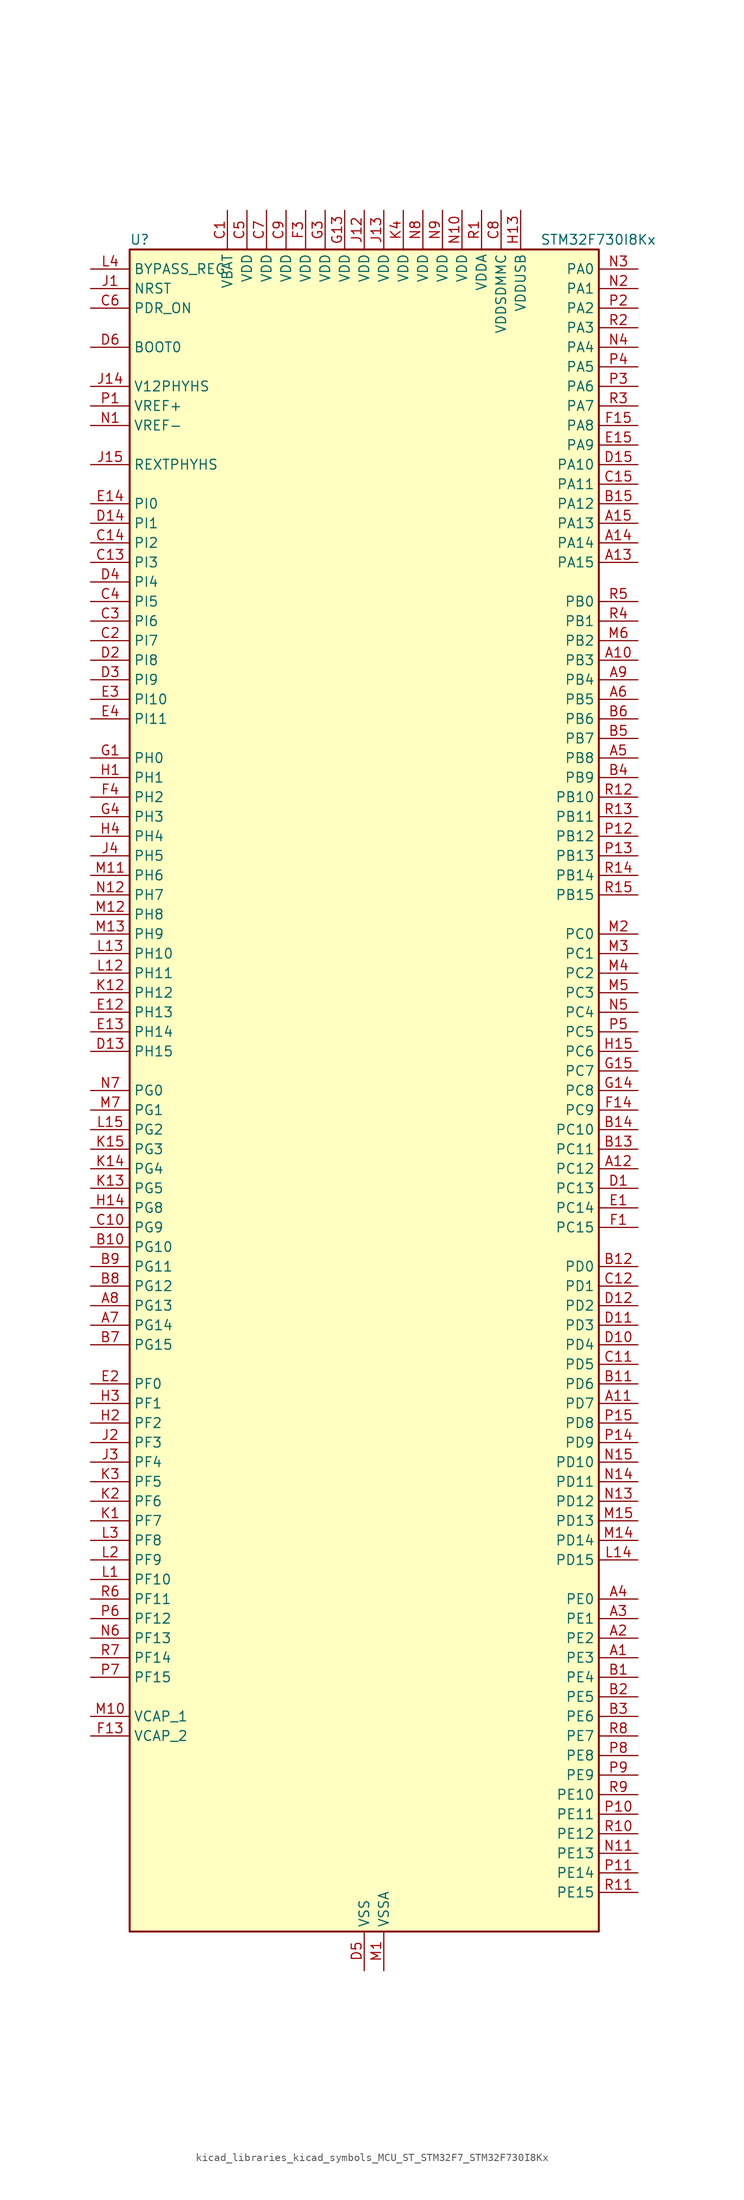
<source format=kicad_sym>
(kicad_symbol_lib
  (version 20220914)
  (generator kicad_symbol_editor)
  (symbol "kicad_libraries_kicad_symbols_MCU_ST_STM32F7_STM32F730I8Kx"
    (property "Reference" "U"
      (at -30.48 110.49 0)
      (effects (font (size 1.27 1.27)) (justify left)))
    (property "Value" "STM32F730I8Kx"
      (at 22.86 110.49 0)
      (effects (font (size 1.27 1.27)) (justify left)))
    (property "ki_locked" ""
      (at 0 0 0)
      (effects (font (size 1.27 1.27))))
    (symbol "kicad_libraries_kicad_symbols_MCU_ST_STM32F7_STM32F730I8Kx_0_1"
      (rectangle (start -30.48 -109.22) (end 30.48 109.22) (stroke (width 0.254) (type default)) (fill (type background))))
    (symbol "kicad_libraries_kicad_symbols_MCU_ST_STM32F7_STM32F730I8Kx_1_1"
      (pin bidirectional line (at 35.56 -73.66 180) (length 5.08) (name "PE3" (effects (font (size 1.27 1.27)))) (number "A1" (effects (font (size 1.27 1.27)))) (alternate "FMC_A19" bidirectional line) (alternate "SAI1_SD_B" bidirectional line) (alternate "SYS_TRACED0" bidirectional line))
      (pin bidirectional line (at 35.56 55.88 180) (length 5.08) (name "PB3" (effects (font (size 1.27 1.27)))) (number "A10" (effects (font (size 1.27 1.27)))) (alternate "I2S1_CK" bidirectional line) (alternate "I2S3_CK" bidirectional line) (alternate "SDMMC2_D2" bidirectional line) (alternate "SPI1_SCK" bidirectional line) (alternate "SPI3_SCK" bidirectional line) (alternate "SYS_JTDO-SWO" bidirectional line) (alternate "TIM2_CH2" bidirectional line))
      (pin bidirectional line (at 35.56 -40.64 180) (length 5.08) (name "PD7" (effects (font (size 1.27 1.27)))) (number "A11" (effects (font (size 1.27 1.27)))) (alternate "FMC_NE1" bidirectional line) (alternate "SDMMC2_CMD" bidirectional line) (alternate "USART2_CK" bidirectional line))
      (pin bidirectional line (at 35.56 -10.16 180) (length 5.08) (name "PC12" (effects (font (size 1.27 1.27)))) (number "A12" (effects (font (size 1.27 1.27)))) (alternate "I2S3_SD" bidirectional line) (alternate "SDMMC1_CK" bidirectional line) (alternate "SPI3_MOSI" bidirectional line) (alternate "SYS_TRACED3" bidirectional line) (alternate "UART5_TX" bidirectional line) (alternate "USART3_CK" bidirectional line))
      (pin bidirectional line (at 35.56 68.58 180) (length 5.08) (name "PA15" (effects (font (size 1.27 1.27)))) (number "A13" (effects (font (size 1.27 1.27)))) (alternate "I2S1_WS" bidirectional line) (alternate "I2S3_WS" bidirectional line) (alternate "SPI1_NSS" bidirectional line) (alternate "SPI3_NSS" bidirectional line) (alternate "SYS_JTDI" bidirectional line) (alternate "TIM2_CH1" bidirectional line) (alternate "TIM2_ETR" bidirectional line) (alternate "UART4_DE" bidirectional line) (alternate "UART4_RTS" bidirectional line))
      (pin bidirectional line (at 35.56 71.12 180) (length 5.08) (name "PA14" (effects (font (size 1.27 1.27)))) (number "A14" (effects (font (size 1.27 1.27)))) (alternate "SYS_JTCK-SWCLK" bidirectional line))
      (pin bidirectional line (at 35.56 73.66 180) (length 5.08) (name "PA13" (effects (font (size 1.27 1.27)))) (number "A15" (effects (font (size 1.27 1.27)))) (alternate "SYS_JTMS-SWDIO" bidirectional line))
      (pin bidirectional line (at 35.56 -71.12 180) (length 5.08) (name "PE2" (effects (font (size 1.27 1.27)))) (number "A2" (effects (font (size 1.27 1.27)))) (alternate "FMC_A23" bidirectional line) (alternate "QUADSPI_BK1_IO2" bidirectional line) (alternate "SAI1_MCLK_A" bidirectional line) (alternate "SPI4_SCK" bidirectional line) (alternate "SYS_TRACECLK" bidirectional line))
      (pin bidirectional line (at 35.56 -68.58 180) (length 5.08) (name "PE1" (effects (font (size 1.27 1.27)))) (number "A3" (effects (font (size 1.27 1.27)))) (alternate "FMC_NBL1" bidirectional line) (alternate "LPTIM1_IN2" bidirectional line) (alternate "UART8_TX" bidirectional line))
      (pin bidirectional line (at 35.56 -66.04 180) (length 5.08) (name "PE0" (effects (font (size 1.27 1.27)))) (number "A4" (effects (font (size 1.27 1.27)))) (alternate "FMC_NBL0" bidirectional line) (alternate "LPTIM1_ETR" bidirectional line) (alternate "SAI2_MCLK_A" bidirectional line) (alternate "TIM4_ETR" bidirectional line) (alternate "UART8_RX" bidirectional line))
      (pin bidirectional line (at 35.56 43.18 180) (length 5.08) (name "PB8" (effects (font (size 1.27 1.27)))) (number "A5" (effects (font (size 1.27 1.27)))) (alternate "CAN1_RX" bidirectional line) (alternate "I2C1_SCL" bidirectional line) (alternate "SDMMC1_D4" bidirectional line) (alternate "SDMMC2_D4" bidirectional line) (alternate "TIM10_CH1" bidirectional line) (alternate "TIM4_CH3" bidirectional line))
      (pin bidirectional line (at 35.56 50.8 180) (length 5.08) (name "PB5" (effects (font (size 1.27 1.27)))) (number "A6" (effects (font (size 1.27 1.27)))) (alternate "FMC_SDCKE1" bidirectional line) (alternate "I2C1_SMBA" bidirectional line) (alternate "I2S1_SD" bidirectional line) (alternate "I2S3_SD" bidirectional line) (alternate "SPI1_MOSI" bidirectional line) (alternate "SPI3_MOSI" bidirectional line) (alternate "TIM3_CH2" bidirectional line))
      (pin bidirectional line (at -35.56 -30.48 0) (length 5.08) (name "PG14" (effects (font (size 1.27 1.27)))) (number "A7" (effects (font (size 1.27 1.27)))) (alternate "FMC_A25" bidirectional line) (alternate "LPTIM1_ETR" bidirectional line) (alternate "QUADSPI_BK2_IO3" bidirectional line) (alternate "SYS_TRACED1" bidirectional line) (alternate "USART6_TX" bidirectional line))
      (pin bidirectional line (at -35.56 -27.94 0) (length 5.08) (name "PG13" (effects (font (size 1.27 1.27)))) (number "A8" (effects (font (size 1.27 1.27)))) (alternate "FMC_A24" bidirectional line) (alternate "LPTIM1_OUT" bidirectional line) (alternate "SYS_TRACED0" bidirectional line) (alternate "USART6_CTS" bidirectional line))
      (pin bidirectional line (at 35.56 53.34 180) (length 5.08) (name "PB4" (effects (font (size 1.27 1.27)))) (number "A9" (effects (font (size 1.27 1.27)))) (alternate "I2S2_WS" bidirectional line) (alternate "SDMMC2_D3" bidirectional line) (alternate "SPI1_MISO" bidirectional line) (alternate "SPI2_NSS" bidirectional line) (alternate "SPI3_MISO" bidirectional line) (alternate "SYS_JTRST" bidirectional line) (alternate "TIM3_CH1" bidirectional line))
      (pin bidirectional line (at 35.56 -76.2 180) (length 5.08) (name "PE4" (effects (font (size 1.27 1.27)))) (number "B1" (effects (font (size 1.27 1.27)))) (alternate "FMC_A20" bidirectional line) (alternate "SAI1_FS_A" bidirectional line) (alternate "SPI4_NSS" bidirectional line) (alternate "SYS_TRACED1" bidirectional line))
      (pin bidirectional line (at -35.56 -20.32 0) (length 5.08) (name "PG10" (effects (font (size 1.27 1.27)))) (number "B10" (effects (font (size 1.27 1.27)))) (alternate "FMC_NE3" bidirectional line) (alternate "SAI2_SD_B" bidirectional line) (alternate "SDMMC2_D1" bidirectional line))
      (pin bidirectional line (at 35.56 -38.1 180) (length 5.08) (name "PD6" (effects (font (size 1.27 1.27)))) (number "B11" (effects (font (size 1.27 1.27)))) (alternate "FMC_NWAIT" bidirectional line) (alternate "I2S3_SD" bidirectional line) (alternate "SAI1_SD_A" bidirectional line) (alternate "SDMMC2_CK" bidirectional line) (alternate "SPI3_MOSI" bidirectional line) (alternate "USART2_RX" bidirectional line))
      (pin bidirectional line (at 35.56 -22.86 180) (length 5.08) (name "PD0" (effects (font (size 1.27 1.27)))) (number "B12" (effects (font (size 1.27 1.27)))) (alternate "CAN1_RX" bidirectional line) (alternate "FMC_D2" bidirectional line) (alternate "FMC_DA2" bidirectional line))
      (pin bidirectional line (at 35.56 -7.62 180) (length 5.08) (name "PC11" (effects (font (size 1.27 1.27)))) (number "B13" (effects (font (size 1.27 1.27)))) (alternate "ADC1_EXTI11" bidirectional line) (alternate "ADC2_EXTI11" bidirectional line) (alternate "ADC3_EXTI11" bidirectional line) (alternate "QUADSPI_BK2_NCS" bidirectional line) (alternate "SDMMC1_D3" bidirectional line) (alternate "SPI3_MISO" bidirectional line) (alternate "UART4_RX" bidirectional line) (alternate "USART3_RX" bidirectional line))
      (pin bidirectional line (at 35.56 -5.08 180) (length 5.08) (name "PC10" (effects (font (size 1.27 1.27)))) (number "B14" (effects (font (size 1.27 1.27)))) (alternate "I2S3_CK" bidirectional line) (alternate "QUADSPI_BK1_IO1" bidirectional line) (alternate "SDMMC1_D2" bidirectional line) (alternate "SPI3_SCK" bidirectional line) (alternate "UART4_TX" bidirectional line) (alternate "USART3_TX" bidirectional line))
      (pin bidirectional line (at 35.56 76.2 180) (length 5.08) (name "PA12" (effects (font (size 1.27 1.27)))) (number "B15" (effects (font (size 1.27 1.27)))) (alternate "CAN1_TX" bidirectional line) (alternate "SAI2_FS_B" bidirectional line) (alternate "TIM1_ETR" bidirectional line) (alternate "USART1_DE" bidirectional line) (alternate "USART1_RTS" bidirectional line) (alternate "USB_OTG_FS_DP" bidirectional line))
      (pin bidirectional line (at 35.56 -78.74 180) (length 5.08) (name "PE5" (effects (font (size 1.27 1.27)))) (number "B2" (effects (font (size 1.27 1.27)))) (alternate "FMC_A21" bidirectional line) (alternate "SAI1_SCK_A" bidirectional line) (alternate "SPI4_MISO" bidirectional line) (alternate "SYS_TRACED2" bidirectional line) (alternate "TIM9_CH1" bidirectional line))
      (pin bidirectional line (at 35.56 -81.28 180) (length 5.08) (name "PE6" (effects (font (size 1.27 1.27)))) (number "B3" (effects (font (size 1.27 1.27)))) (alternate "FMC_A22" bidirectional line) (alternate "SAI1_SD_A" bidirectional line) (alternate "SAI2_MCLK_B" bidirectional line) (alternate "SPI4_MOSI" bidirectional line) (alternate "SYS_TRACED3" bidirectional line) (alternate "TIM1_BKIN2" bidirectional line) (alternate "TIM9_CH2" bidirectional line))
      (pin bidirectional line (at 35.56 40.64 180) (length 5.08) (name "PB9" (effects (font (size 1.27 1.27)))) (number "B4" (effects (font (size 1.27 1.27)))) (alternate "CAN1_TX" bidirectional line) (alternate "DAC_EXTI9" bidirectional line) (alternate "I2C1_SDA" bidirectional line) (alternate "I2S2_WS" bidirectional line) (alternate "SDMMC1_D5" bidirectional line) (alternate "SDMMC2_D5" bidirectional line) (alternate "SPI2_NSS" bidirectional line) (alternate "TIM11_CH1" bidirectional line) (alternate "TIM4_CH4" bidirectional line))
      (pin bidirectional line (at 35.56 45.72 180) (length 5.08) (name "PB7" (effects (font (size 1.27 1.27)))) (number "B5" (effects (font (size 1.27 1.27)))) (alternate "FMC_NL" bidirectional line) (alternate "I2C1_SDA" bidirectional line) (alternate "TIM4_CH2" bidirectional line) (alternate "USART1_RX" bidirectional line))
      (pin bidirectional line (at 35.56 48.26 180) (length 5.08) (name "PB6" (effects (font (size 1.27 1.27)))) (number "B6" (effects (font (size 1.27 1.27)))) (alternate "FMC_SDNE1" bidirectional line) (alternate "I2C1_SCL" bidirectional line) (alternate "QUADSPI_BK1_NCS" bidirectional line) (alternate "TIM4_CH1" bidirectional line) (alternate "USART1_TX" bidirectional line))
      (pin bidirectional line (at -35.56 -33.02 0) (length 5.08) (name "PG15" (effects (font (size 1.27 1.27)))) (number "B7" (effects (font (size 1.27 1.27)))) (alternate "FMC_SDNCAS" bidirectional line) (alternate "USART6_CTS" bidirectional line))
      (pin bidirectional line (at -35.56 -25.4 0) (length 5.08) (name "PG12" (effects (font (size 1.27 1.27)))) (number "B8" (effects (font (size 1.27 1.27)))) (alternate "FMC_NE4" bidirectional line) (alternate "LPTIM1_IN1" bidirectional line) (alternate "SDMMC2_D3" bidirectional line) (alternate "USART6_DE" bidirectional line) (alternate "USART6_RTS" bidirectional line))
      (pin bidirectional line (at -35.56 -22.86 0) (length 5.08) (name "PG11" (effects (font (size 1.27 1.27)))) (number "B9" (effects (font (size 1.27 1.27)))) (alternate "ADC1_EXTI11" bidirectional line) (alternate "ADC2_EXTI11" bidirectional line) (alternate "ADC3_EXTI11" bidirectional line) (alternate "FMC_INT" bidirectional line) (alternate "SDMMC2_D2" bidirectional line))
      (pin power_in line (at -17.78 114.3 270) (length 5.08) (name "VBAT" (effects (font (size 1.27 1.27)))) (number "C1" (effects (font (size 1.27 1.27)))))
      (pin bidirectional line (at -35.56 -17.78 0) (length 5.08) (name "PG9" (effects (font (size 1.27 1.27)))) (number "C10" (effects (font (size 1.27 1.27)))) (alternate "DAC_EXTI9" bidirectional line) (alternate "FMC_NCE" bidirectional line) (alternate "FMC_NE2" bidirectional line) (alternate "QUADSPI_BK2_IO2" bidirectional line) (alternate "SAI2_FS_B" bidirectional line) (alternate "SDMMC2_D0" bidirectional line) (alternate "USART6_RX" bidirectional line))
      (pin bidirectional line (at 35.56 -35.56 180) (length 5.08) (name "PD5" (effects (font (size 1.27 1.27)))) (number "C11" (effects (font (size 1.27 1.27)))) (alternate "FMC_NWE" bidirectional line) (alternate "USART2_TX" bidirectional line))
      (pin bidirectional line (at 35.56 -25.4 180) (length 5.08) (name "PD1" (effects (font (size 1.27 1.27)))) (number "C12" (effects (font (size 1.27 1.27)))) (alternate "CAN1_TX" bidirectional line) (alternate "FMC_D3" bidirectional line) (alternate "FMC_DA3" bidirectional line))
      (pin bidirectional line (at -35.56 68.58 0) (length 5.08) (name "PI3" (effects (font (size 1.27 1.27)))) (number "C13" (effects (font (size 1.27 1.27)))) (alternate "FMC_D27" bidirectional line) (alternate "I2S2_SD" bidirectional line) (alternate "SPI2_MOSI" bidirectional line) (alternate "TIM8_ETR" bidirectional line))
      (pin bidirectional line (at -35.56 71.12 0) (length 5.08) (name "PI2" (effects (font (size 1.27 1.27)))) (number "C14" (effects (font (size 1.27 1.27)))) (alternate "FMC_D26" bidirectional line) (alternate "SPI2_MISO" bidirectional line) (alternate "TIM8_CH4" bidirectional line))
      (pin bidirectional line (at 35.56 78.74 180) (length 5.08) (name "PA11" (effects (font (size 1.27 1.27)))) (number "C15" (effects (font (size 1.27 1.27)))) (alternate "ADC1_EXTI11" bidirectional line) (alternate "ADC2_EXTI11" bidirectional line) (alternate "ADC3_EXTI11" bidirectional line) (alternate "CAN1_RX" bidirectional line) (alternate "TIM1_CH4" bidirectional line) (alternate "USART1_CTS" bidirectional line) (alternate "USB_OTG_FS_DM" bidirectional line))
      (pin bidirectional line (at -35.56 58.42 0) (length 5.08) (name "PI7" (effects (font (size 1.27 1.27)))) (number "C2" (effects (font (size 1.27 1.27)))) (alternate "FMC_D29" bidirectional line) (alternate "SAI2_FS_A" bidirectional line) (alternate "TIM8_CH3" bidirectional line))
      (pin bidirectional line (at -35.56 60.96 0) (length 5.08) (name "PI6" (effects (font (size 1.27 1.27)))) (number "C3" (effects (font (size 1.27 1.27)))) (alternate "FMC_D28" bidirectional line) (alternate "SAI2_SD_A" bidirectional line) (alternate "TIM8_CH2" bidirectional line))
      (pin bidirectional line (at -35.56 63.5 0) (length 5.08) (name "PI5" (effects (font (size 1.27 1.27)))) (number "C4" (effects (font (size 1.27 1.27)))) (alternate "FMC_NBL3" bidirectional line) (alternate "SAI2_SCK_A" bidirectional line) (alternate "TIM8_CH1" bidirectional line))
      (pin power_in line (at -15.24 114.3 270) (length 5.08) (name "VDD" (effects (font (size 1.27 1.27)))) (number "C5" (effects (font (size 1.27 1.27)))))
      (pin input line (at -35.56 101.6 0) (length 5.08) (name "PDR_ON" (effects (font (size 1.27 1.27)))) (number "C6" (effects (font (size 1.27 1.27)))))
      (pin power_in line (at -12.7 114.3 270) (length 5.08) (name "VDD" (effects (font (size 1.27 1.27)))) (number "C7" (effects (font (size 1.27 1.27)))))
      (pin power_in line (at 17.78 114.3 270) (length 5.08) (name "VDDSDMMC" (effects (font (size 1.27 1.27)))) (number "C8" (effects (font (size 1.27 1.27)))))
      (pin power_in line (at -10.16 114.3 270) (length 5.08) (name "VDD" (effects (font (size 1.27 1.27)))) (number "C9" (effects (font (size 1.27 1.27)))))
      (pin bidirectional line (at 35.56 -12.7 180) (length 5.08) (name "PC13" (effects (font (size 1.27 1.27)))) (number "D1" (effects (font (size 1.27 1.27)))) (alternate "RTC_OUT" bidirectional line) (alternate "RTC_TAMP1" bidirectional line) (alternate "RTC_TS" bidirectional line) (alternate "SYS_WKUP4" bidirectional line))
      (pin bidirectional line (at 35.56 -33.02 180) (length 5.08) (name "PD4" (effects (font (size 1.27 1.27)))) (number "D10" (effects (font (size 1.27 1.27)))) (alternate "FMC_NOE" bidirectional line) (alternate "USART2_DE" bidirectional line) (alternate "USART2_RTS" bidirectional line))
      (pin bidirectional line (at 35.56 -30.48 180) (length 5.08) (name "PD3" (effects (font (size 1.27 1.27)))) (number "D11" (effects (font (size 1.27 1.27)))) (alternate "FMC_CLK" bidirectional line) (alternate "I2S2_CK" bidirectional line) (alternate "SPI2_SCK" bidirectional line) (alternate "USART2_CTS" bidirectional line))
      (pin bidirectional line (at 35.56 -27.94 180) (length 5.08) (name "PD2" (effects (font (size 1.27 1.27)))) (number "D12" (effects (font (size 1.27 1.27)))) (alternate "SDMMC1_CMD" bidirectional line) (alternate "SYS_TRACED2" bidirectional line) (alternate "TIM3_ETR" bidirectional line) (alternate "UART5_RX" bidirectional line))
      (pin bidirectional line (at -35.56 5.08 0) (length 5.08) (name "PH15" (effects (font (size 1.27 1.27)))) (number "D13" (effects (font (size 1.27 1.27)))) (alternate "FMC_D23" bidirectional line) (alternate "TIM8_CH3N" bidirectional line))
      (pin bidirectional line (at -35.56 73.66 0) (length 5.08) (name "PI1" (effects (font (size 1.27 1.27)))) (number "D14" (effects (font (size 1.27 1.27)))) (alternate "FMC_D25" bidirectional line) (alternate "I2S2_CK" bidirectional line) (alternate "SPI2_SCK" bidirectional line) (alternate "TIM8_BKIN2" bidirectional line))
      (pin bidirectional line (at 35.56 81.28 180) (length 5.08) (name "PA10" (effects (font (size 1.27 1.27)))) (number "D15" (effects (font (size 1.27 1.27)))) (alternate "TIM1_CH3" bidirectional line) (alternate "USART1_RX" bidirectional line) (alternate "USB_OTG_FS_ID" bidirectional line))
      (pin bidirectional line (at -35.56 55.88 0) (length 5.08) (name "PI8" (effects (font (size 1.27 1.27)))) (number "D2" (effects (font (size 1.27 1.27)))) (alternate "RTC_TAMP2" bidirectional line) (alternate "RTC_TS" bidirectional line) (alternate "SYS_WKUP5" bidirectional line))
      (pin bidirectional line (at -35.56 53.34 0) (length 5.08) (name "PI9" (effects (font (size 1.27 1.27)))) (number "D3" (effects (font (size 1.27 1.27)))) (alternate "CAN1_RX" bidirectional line) (alternate "DAC_EXTI9" bidirectional line) (alternate "FMC_D30" bidirectional line) (alternate "UART4_RX" bidirectional line))
      (pin bidirectional line (at -35.56 66.04 0) (length 5.08) (name "PI4" (effects (font (size 1.27 1.27)))) (number "D4" (effects (font (size 1.27 1.27)))) (alternate "FMC_NBL2" bidirectional line) (alternate "SAI2_MCLK_A" bidirectional line) (alternate "TIM8_BKIN" bidirectional line))
      (pin power_in line (at 0 -114.3 90) (length 5.08) (name "VSS" (effects (font (size 1.27 1.27)))) (number "D5" (effects (font (size 1.27 1.27)))))
      (pin input line (at -35.56 96.52 0) (length 5.08) (name "BOOT0" (effects (font (size 1.27 1.27)))) (number "D6" (effects (font (size 1.27 1.27)))))
      (pin passive line (at 0 -114.3 90) (length 5.08) hide (name "VSS" (effects (font (size 1.27 1.27)))) (number "D7" (effects (font (size 1.27 1.27)))))
      (pin passive line (at 0 -114.3 90) (length 5.08) hide (name "VSS" (effects (font (size 1.27 1.27)))) (number "D8" (effects (font (size 1.27 1.27)))))
      (pin passive line (at 0 -114.3 90) (length 5.08) hide (name "VSS" (effects (font (size 1.27 1.27)))) (number "D9" (effects (font (size 1.27 1.27)))))
      (pin bidirectional line (at 35.56 -15.24 180) (length 5.08) (name "PC14" (effects (font (size 1.27 1.27)))) (number "E1" (effects (font (size 1.27 1.27)))) (alternate "RCC_OSC32_IN" bidirectional line))
      (pin bidirectional line (at -35.56 10.16 0) (length 5.08) (name "PH13" (effects (font (size 1.27 1.27)))) (number "E12" (effects (font (size 1.27 1.27)))) (alternate "CAN1_TX" bidirectional line) (alternate "FMC_D21" bidirectional line) (alternate "TIM8_CH1N" bidirectional line) (alternate "UART4_TX" bidirectional line))
      (pin bidirectional line (at -35.56 7.62 0) (length 5.08) (name "PH14" (effects (font (size 1.27 1.27)))) (number "E13" (effects (font (size 1.27 1.27)))) (alternate "CAN1_RX" bidirectional line) (alternate "FMC_D22" bidirectional line) (alternate "TIM8_CH2N" bidirectional line) (alternate "UART4_RX" bidirectional line))
      (pin bidirectional line (at -35.56 76.2 0) (length 5.08) (name "PI0" (effects (font (size 1.27 1.27)))) (number "E14" (effects (font (size 1.27 1.27)))) (alternate "FMC_D24" bidirectional line) (alternate "I2S2_WS" bidirectional line) (alternate "SPI2_NSS" bidirectional line) (alternate "TIM5_CH4" bidirectional line))
      (pin bidirectional line (at 35.56 83.82 180) (length 5.08) (name "PA9" (effects (font (size 1.27 1.27)))) (number "E15" (effects (font (size 1.27 1.27)))) (alternate "DAC_EXTI9" bidirectional line) (alternate "I2C3_SMBA" bidirectional line) (alternate "I2S2_CK" bidirectional line) (alternate "SPI2_SCK" bidirectional line) (alternate "TIM1_CH2" bidirectional line) (alternate "USART1_TX" bidirectional line) (alternate "USB_OTG_FS_VBUS" bidirectional line))
      (pin bidirectional line (at -35.56 -38.1 0) (length 5.08) (name "PF0" (effects (font (size 1.27 1.27)))) (number "E2" (effects (font (size 1.27 1.27)))) (alternate "FMC_A0" bidirectional line) (alternate "I2C2_SDA" bidirectional line))
      (pin bidirectional line (at -35.56 50.8 0) (length 5.08) (name "PI10" (effects (font (size 1.27 1.27)))) (number "E3" (effects (font (size 1.27 1.27)))) (alternate "FMC_D31" bidirectional line))
      (pin bidirectional line (at -35.56 48.26 0) (length 5.08) (name "PI11" (effects (font (size 1.27 1.27)))) (number "E4" (effects (font (size 1.27 1.27)))) (alternate "ADC1_EXTI11" bidirectional line) (alternate "ADC2_EXTI11" bidirectional line) (alternate "ADC3_EXTI11" bidirectional line) (alternate "SYS_WKUP6" bidirectional line))
      (pin bidirectional line (at 35.56 -17.78 180) (length 5.08) (name "PC15" (effects (font (size 1.27 1.27)))) (number "F1" (effects (font (size 1.27 1.27)))) (alternate "RCC_OSC32_OUT" bidirectional line))
      (pin passive line (at 0 -114.3 90) (length 5.08) hide (name "VSS" (effects (font (size 1.27 1.27)))) (number "F10" (effects (font (size 1.27 1.27)))))
      (pin passive line (at 0 -114.3 90) (length 5.08) hide (name "VSS" (effects (font (size 1.27 1.27)))) (number "F12" (effects (font (size 1.27 1.27)))))
      (pin power_out line (at -35.56 -83.82 0) (length 5.08) (name "VCAP_2" (effects (font (size 1.27 1.27)))) (number "F13" (effects (font (size 1.27 1.27)))))
      (pin bidirectional line (at 35.56 -2.54 180) (length 5.08) (name "PC9" (effects (font (size 1.27 1.27)))) (number "F14" (effects (font (size 1.27 1.27)))) (alternate "DAC_EXTI9" bidirectional line) (alternate "I2C3_SDA" bidirectional line) (alternate "I2S_CKIN" bidirectional line) (alternate "QUADSPI_BK1_IO0" bidirectional line) (alternate "RCC_MCO_2" bidirectional line) (alternate "SDMMC1_D1" bidirectional line) (alternate "TIM3_CH4" bidirectional line) (alternate "TIM8_CH4" bidirectional line) (alternate "UART5_CTS" bidirectional line))
      (pin bidirectional line (at 35.56 86.36 180) (length 5.08) (name "PA8" (effects (font (size 1.27 1.27)))) (number "F15" (effects (font (size 1.27 1.27)))) (alternate "I2C3_SCL" bidirectional line) (alternate "RCC_MCO_1" bidirectional line) (alternate "TIM1_CH1" bidirectional line) (alternate "TIM8_BKIN2" bidirectional line) (alternate "USART1_CK" bidirectional line) (alternate "USB_OTG_FS_SOF" bidirectional line))
      (pin passive line (at 0 -114.3 90) (length 5.08) hide (name "VSS" (effects (font (size 1.27 1.27)))) (number "F2" (effects (font (size 1.27 1.27)))))
      (pin power_in line (at -7.62 114.3 270) (length 5.08) (name "VDD" (effects (font (size 1.27 1.27)))) (number "F3" (effects (font (size 1.27 1.27)))))
      (pin bidirectional line (at -35.56 38.1 0) (length 5.08) (name "PH2" (effects (font (size 1.27 1.27)))) (number "F4" (effects (font (size 1.27 1.27)))) (alternate "FMC_SDCKE0" bidirectional line) (alternate "LPTIM1_IN2" bidirectional line) (alternate "QUADSPI_BK2_IO0" bidirectional line) (alternate "SAI2_SCK_B" bidirectional line))
      (pin passive line (at 0 -114.3 90) (length 5.08) hide (name "VSS" (effects (font (size 1.27 1.27)))) (number "F6" (effects (font (size 1.27 1.27)))))
      (pin passive line (at 0 -114.3 90) (length 5.08) hide (name "VSS" (effects (font (size 1.27 1.27)))) (number "F7" (effects (font (size 1.27 1.27)))))
      (pin passive line (at 0 -114.3 90) (length 5.08) hide (name "VSS" (effects (font (size 1.27 1.27)))) (number "F8" (effects (font (size 1.27 1.27)))))
      (pin passive line (at 0 -114.3 90) (length 5.08) hide (name "VSS" (effects (font (size 1.27 1.27)))) (number "F9" (effects (font (size 1.27 1.27)))))
      (pin bidirectional line (at -35.56 43.18 0) (length 5.08) (name "PH0" (effects (font (size 1.27 1.27)))) (number "G1" (effects (font (size 1.27 1.27)))) (alternate "RCC_OSC_IN" bidirectional line))
      (pin passive line (at 0 -114.3 90) (length 5.08) hide (name "VSS" (effects (font (size 1.27 1.27)))) (number "G10" (effects (font (size 1.27 1.27)))))
      (pin passive line (at 0 -114.3 90) (length 5.08) hide (name "VSS" (effects (font (size 1.27 1.27)))) (number "G12" (effects (font (size 1.27 1.27)))))
      (pin power_in line (at -2.54 114.3 270) (length 5.08) (name "VDD" (effects (font (size 1.27 1.27)))) (number "G13" (effects (font (size 1.27 1.27)))))
      (pin bidirectional line (at 35.56 0 180) (length 5.08) (name "PC8" (effects (font (size 1.27 1.27)))) (number "G14" (effects (font (size 1.27 1.27)))) (alternate "SDMMC1_D0" bidirectional line) (alternate "SYS_TRACED1" bidirectional line) (alternate "TIM3_CH3" bidirectional line) (alternate "TIM8_CH3" bidirectional line) (alternate "UART5_DE" bidirectional line) (alternate "UART5_RTS" bidirectional line) (alternate "USART6_CK" bidirectional line))
      (pin bidirectional line (at 35.56 2.54 180) (length 5.08) (name "PC7" (effects (font (size 1.27 1.27)))) (number "G15" (effects (font (size 1.27 1.27)))) (alternate "I2S3_MCK" bidirectional line) (alternate "SDMMC1_D7" bidirectional line) (alternate "SDMMC2_D7" bidirectional line) (alternate "TIM3_CH2" bidirectional line) (alternate "TIM8_CH2" bidirectional line) (alternate "USART6_RX" bidirectional line))
      (pin passive line (at 0 -114.3 90) (length 5.08) hide (name "VSS" (effects (font (size 1.27 1.27)))) (number "G2" (effects (font (size 1.27 1.27)))))
      (pin power_in line (at -5.08 114.3 270) (length 5.08) (name "VDD" (effects (font (size 1.27 1.27)))) (number "G3" (effects (font (size 1.27 1.27)))))
      (pin bidirectional line (at -35.56 35.56 0) (length 5.08) (name "PH3" (effects (font (size 1.27 1.27)))) (number "G4" (effects (font (size 1.27 1.27)))) (alternate "FMC_SDNE0" bidirectional line) (alternate "QUADSPI_BK2_IO1" bidirectional line) (alternate "SAI2_MCLK_B" bidirectional line))
      (pin passive line (at 0 -114.3 90) (length 5.08) hide (name "VSS" (effects (font (size 1.27 1.27)))) (number "G6" (effects (font (size 1.27 1.27)))))
      (pin passive line (at 0 -114.3 90) (length 5.08) hide (name "VSS" (effects (font (size 1.27 1.27)))) (number "G7" (effects (font (size 1.27 1.27)))))
      (pin passive line (at 0 -114.3 90) (length 5.08) hide (name "VSS" (effects (font (size 1.27 1.27)))) (number "G8" (effects (font (size 1.27 1.27)))))
      (pin passive line (at 0 -114.3 90) (length 5.08) hide (name "VSS" (effects (font (size 1.27 1.27)))) (number "G9" (effects (font (size 1.27 1.27)))))
      (pin bidirectional line (at -35.56 40.64 0) (length 5.08) (name "PH1" (effects (font (size 1.27 1.27)))) (number "H1" (effects (font (size 1.27 1.27)))) (alternate "RCC_OSC_OUT" bidirectional line))
      (pin passive line (at 0 -114.3 90) (length 5.08) hide (name "VSS" (effects (font (size 1.27 1.27)))) (number "H10" (effects (font (size 1.27 1.27)))))
      (pin passive line (at 0 -114.3 90) (length 5.08) hide (name "VSS" (effects (font (size 1.27 1.27)))) (number "H12" (effects (font (size 1.27 1.27)))))
      (pin power_in line (at 20.32 114.3 270) (length 5.08) (name "VDDUSB" (effects (font (size 1.27 1.27)))) (number "H13" (effects (font (size 1.27 1.27)))))
      (pin bidirectional line (at -35.56 -15.24 0) (length 5.08) (name "PG8" (effects (font (size 1.27 1.27)))) (number "H14" (effects (font (size 1.27 1.27)))) (alternate "FMC_SDCLK" bidirectional line) (alternate "USART6_DE" bidirectional line) (alternate "USART6_RTS" bidirectional line))
      (pin bidirectional line (at 35.56 5.08 180) (length 5.08) (name "PC6" (effects (font (size 1.27 1.27)))) (number "H15" (effects (font (size 1.27 1.27)))) (alternate "I2S2_MCK" bidirectional line) (alternate "SDMMC1_D6" bidirectional line) (alternate "SDMMC2_D6" bidirectional line) (alternate "TIM3_CH1" bidirectional line) (alternate "TIM8_CH1" bidirectional line) (alternate "USART6_TX" bidirectional line))
      (pin bidirectional line (at -35.56 -43.18 0) (length 5.08) (name "PF2" (effects (font (size 1.27 1.27)))) (number "H2" (effects (font (size 1.27 1.27)))) (alternate "FMC_A2" bidirectional line) (alternate "I2C2_SMBA" bidirectional line))
      (pin bidirectional line (at -35.56 -40.64 0) (length 5.08) (name "PF1" (effects (font (size 1.27 1.27)))) (number "H3" (effects (font (size 1.27 1.27)))) (alternate "FMC_A1" bidirectional line) (alternate "I2C2_SCL" bidirectional line))
      (pin bidirectional line (at -35.56 33.02 0) (length 5.08) (name "PH4" (effects (font (size 1.27 1.27)))) (number "H4" (effects (font (size 1.27 1.27)))) (alternate "I2C2_SCL" bidirectional line))
      (pin passive line (at 0 -114.3 90) (length 5.08) hide (name "VSS" (effects (font (size 1.27 1.27)))) (number "H6" (effects (font (size 1.27 1.27)))))
      (pin passive line (at 0 -114.3 90) (length 5.08) hide (name "VSS" (effects (font (size 1.27 1.27)))) (number "H7" (effects (font (size 1.27 1.27)))))
      (pin passive line (at 0 -114.3 90) (length 5.08) hide (name "VSS" (effects (font (size 1.27 1.27)))) (number "H8" (effects (font (size 1.27 1.27)))))
      (pin passive line (at 0 -114.3 90) (length 5.08) hide (name "VSS" (effects (font (size 1.27 1.27)))) (number "H9" (effects (font (size 1.27 1.27)))))
      (pin input line (at -35.56 104.14 0) (length 5.08) (name "NRST" (effects (font (size 1.27 1.27)))) (number "J1" (effects (font (size 1.27 1.27)))))
      (pin passive line (at 0 -114.3 90) (length 5.08) hide (name "VSS" (effects (font (size 1.27 1.27)))) (number "J10" (effects (font (size 1.27 1.27)))))
      (pin power_in line (at 0 114.3 270) (length 5.08) (name "VDD" (effects (font (size 1.27 1.27)))) (number "J12" (effects (font (size 1.27 1.27)))))
      (pin power_in line (at 2.54 114.3 270) (length 5.08) (name "VDD" (effects (font (size 1.27 1.27)))) (number "J13" (effects (font (size 1.27 1.27)))))
      (pin power_in line (at -35.56 91.44 0) (length 5.08) (name "V12PHYHS" (effects (font (size 1.27 1.27)))) (number "J14" (effects (font (size 1.27 1.27)))))
      (pin bidirectional line (at -35.56 81.28 0) (length 5.08) (name "REXTPHYHS" (effects (font (size 1.27 1.27)))) (number "J15" (effects (font (size 1.27 1.27)))) (alternate "USB_OTG_HS_REXTPHYHS" bidirectional line))
      (pin bidirectional line (at -35.56 -45.72 0) (length 5.08) (name "PF3" (effects (font (size 1.27 1.27)))) (number "J2" (effects (font (size 1.27 1.27)))) (alternate "ADC3_IN9" bidirectional line) (alternate "FMC_A3" bidirectional line))
      (pin bidirectional line (at -35.56 -48.26 0) (length 5.08) (name "PF4" (effects (font (size 1.27 1.27)))) (number "J3" (effects (font (size 1.27 1.27)))) (alternate "ADC3_IN14" bidirectional line) (alternate "FMC_A4" bidirectional line))
      (pin bidirectional line (at -35.56 30.48 0) (length 5.08) (name "PH5" (effects (font (size 1.27 1.27)))) (number "J4" (effects (font (size 1.27 1.27)))) (alternate "FMC_SDNWE" bidirectional line) (alternate "I2C2_SDA" bidirectional line) (alternate "SPI5_NSS" bidirectional line))
      (pin passive line (at 0 -114.3 90) (length 5.08) hide (name "VSS" (effects (font (size 1.27 1.27)))) (number "J6" (effects (font (size 1.27 1.27)))))
      (pin passive line (at 0 -114.3 90) (length 5.08) hide (name "VSS" (effects (font (size 1.27 1.27)))) (number "J7" (effects (font (size 1.27 1.27)))))
      (pin passive line (at 0 -114.3 90) (length 5.08) hide (name "VSS" (effects (font (size 1.27 1.27)))) (number "J8" (effects (font (size 1.27 1.27)))))
      (pin passive line (at 0 -114.3 90) (length 5.08) hide (name "VSS" (effects (font (size 1.27 1.27)))) (number "J9" (effects (font (size 1.27 1.27)))))
      (pin bidirectional line (at -35.56 -55.88 0) (length 5.08) (name "PF7" (effects (font (size 1.27 1.27)))) (number "K1" (effects (font (size 1.27 1.27)))) (alternate "ADC3_IN5" bidirectional line) (alternate "QUADSPI_BK1_IO2" bidirectional line) (alternate "SAI1_MCLK_B" bidirectional line) (alternate "SPI5_SCK" bidirectional line) (alternate "TIM11_CH1" bidirectional line) (alternate "UART7_TX" bidirectional line))
      (pin passive line (at 0 -114.3 90) (length 5.08) hide (name "VSS" (effects (font (size 1.27 1.27)))) (number "K10" (effects (font (size 1.27 1.27)))))
      (pin bidirectional line (at -35.56 12.7 0) (length 5.08) (name "PH12" (effects (font (size 1.27 1.27)))) (number "K12" (effects (font (size 1.27 1.27)))) (alternate "FMC_D20" bidirectional line) (alternate "TIM5_CH3" bidirectional line))
      (pin bidirectional line (at -35.56 -12.7 0) (length 5.08) (name "PG5" (effects (font (size 1.27 1.27)))) (number "K13" (effects (font (size 1.27 1.27)))) (alternate "FMC_A15" bidirectional line) (alternate "FMC_BA1" bidirectional line))
      (pin bidirectional line (at -35.56 -10.16 0) (length 5.08) (name "PG4" (effects (font (size 1.27 1.27)))) (number "K14" (effects (font (size 1.27 1.27)))) (alternate "FMC_A14" bidirectional line) (alternate "FMC_BA0" bidirectional line))
      (pin bidirectional line (at -35.56 -7.62 0) (length 5.08) (name "PG3" (effects (font (size 1.27 1.27)))) (number "K15" (effects (font (size 1.27 1.27)))) (alternate "FMC_A13" bidirectional line))
      (pin bidirectional line (at -35.56 -53.34 0) (length 5.08) (name "PF6" (effects (font (size 1.27 1.27)))) (number "K2" (effects (font (size 1.27 1.27)))) (alternate "ADC3_IN4" bidirectional line) (alternate "QUADSPI_BK1_IO3" bidirectional line) (alternate "SAI1_SD_B" bidirectional line) (alternate "SPI5_NSS" bidirectional line) (alternate "TIM10_CH1" bidirectional line) (alternate "UART7_RX" bidirectional line))
      (pin bidirectional line (at -35.56 -50.8 0) (length 5.08) (name "PF5" (effects (font (size 1.27 1.27)))) (number "K3" (effects (font (size 1.27 1.27)))) (alternate "ADC3_IN15" bidirectional line) (alternate "FMC_A5" bidirectional line))
      (pin power_in line (at 5.08 114.3 270) (length 5.08) (name "VDD" (effects (font (size 1.27 1.27)))) (number "K4" (effects (font (size 1.27 1.27)))))
      (pin passive line (at 0 -114.3 90) (length 5.08) hide (name "VSS" (effects (font (size 1.27 1.27)))) (number "K6" (effects (font (size 1.27 1.27)))))
      (pin passive line (at 0 -114.3 90) (length 5.08) hide (name "VSS" (effects (font (size 1.27 1.27)))) (number "K7" (effects (font (size 1.27 1.27)))))
      (pin passive line (at 0 -114.3 90) (length 5.08) hide (name "VSS" (effects (font (size 1.27 1.27)))) (number "K8" (effects (font (size 1.27 1.27)))))
      (pin passive line (at 0 -114.3 90) (length 5.08) hide (name "VSS" (effects (font (size 1.27 1.27)))) (number "K9" (effects (font (size 1.27 1.27)))))
      (pin bidirectional line (at -35.56 -63.5 0) (length 5.08) (name "PF10" (effects (font (size 1.27 1.27)))) (number "L1" (effects (font (size 1.27 1.27)))) (alternate "ADC3_IN8" bidirectional line))
      (pin bidirectional line (at -35.56 15.24 0) (length 5.08) (name "PH11" (effects (font (size 1.27 1.27)))) (number "L12" (effects (font (size 1.27 1.27)))) (alternate "ADC1_EXTI11" bidirectional line) (alternate "ADC2_EXTI11" bidirectional line) (alternate "ADC3_EXTI11" bidirectional line) (alternate "FMC_D19" bidirectional line) (alternate "TIM5_CH2" bidirectional line))
      (pin bidirectional line (at -35.56 17.78 0) (length 5.08) (name "PH10" (effects (font (size 1.27 1.27)))) (number "L13" (effects (font (size 1.27 1.27)))) (alternate "FMC_D18" bidirectional line) (alternate "TIM5_CH1" bidirectional line))
      (pin bidirectional line (at 35.56 -60.96 180) (length 5.08) (name "PD15" (effects (font (size 1.27 1.27)))) (number "L14" (effects (font (size 1.27 1.27)))) (alternate "FMC_D1" bidirectional line) (alternate "FMC_DA1" bidirectional line) (alternate "TIM4_CH4" bidirectional line) (alternate "UART8_DE" bidirectional line) (alternate "UART8_RTS" bidirectional line))
      (pin bidirectional line (at -35.56 -5.08 0) (length 5.08) (name "PG2" (effects (font (size 1.27 1.27)))) (number "L15" (effects (font (size 1.27 1.27)))) (alternate "FMC_A12" bidirectional line))
      (pin bidirectional line (at -35.56 -60.96 0) (length 5.08) (name "PF9" (effects (font (size 1.27 1.27)))) (number "L2" (effects (font (size 1.27 1.27)))) (alternate "ADC3_IN7" bidirectional line) (alternate "DAC_EXTI9" bidirectional line) (alternate "QUADSPI_BK1_IO1" bidirectional line) (alternate "SAI1_FS_B" bidirectional line) (alternate "SPI5_MOSI" bidirectional line) (alternate "TIM14_CH1" bidirectional line) (alternate "UART7_CTS" bidirectional line))
      (pin bidirectional line (at -35.56 -58.42 0) (length 5.08) (name "PF8" (effects (font (size 1.27 1.27)))) (number "L3" (effects (font (size 1.27 1.27)))) (alternate "ADC3_IN6" bidirectional line) (alternate "QUADSPI_BK1_IO0" bidirectional line) (alternate "SAI1_SCK_B" bidirectional line) (alternate "SPI5_MISO" bidirectional line) (alternate "TIM13_CH1" bidirectional line) (alternate "UART7_DE" bidirectional line) (alternate "UART7_RTS" bidirectional line))
      (pin input line (at -35.56 106.68 0) (length 5.08) (name "BYPASS_REG" (effects (font (size 1.27 1.27)))) (number "L4" (effects (font (size 1.27 1.27)))))
      (pin power_in line (at 2.54 -114.3 90) (length 5.08) (name "VSSA" (effects (font (size 1.27 1.27)))) (number "M1" (effects (font (size 1.27 1.27)))))
      (pin power_out line (at -35.56 -81.28 0) (length 5.08) (name "VCAP_1" (effects (font (size 1.27 1.27)))) (number "M10" (effects (font (size 1.27 1.27)))))
      (pin bidirectional line (at -35.56 27.94 0) (length 5.08) (name "PH6" (effects (font (size 1.27 1.27)))) (number "M11" (effects (font (size 1.27 1.27)))) (alternate "FMC_SDNE1" bidirectional line) (alternate "I2C2_SMBA" bidirectional line) (alternate "SPI5_SCK" bidirectional line) (alternate "TIM12_CH1" bidirectional line))
      (pin bidirectional line (at -35.56 22.86 0) (length 5.08) (name "PH8" (effects (font (size 1.27 1.27)))) (number "M12" (effects (font (size 1.27 1.27)))) (alternate "FMC_D16" bidirectional line) (alternate "I2C3_SDA" bidirectional line))
      (pin bidirectional line (at -35.56 20.32 0) (length 5.08) (name "PH9" (effects (font (size 1.27 1.27)))) (number "M13" (effects (font (size 1.27 1.27)))) (alternate "DAC_EXTI9" bidirectional line) (alternate "FMC_D17" bidirectional line) (alternate "I2C3_SMBA" bidirectional line) (alternate "TIM12_CH2" bidirectional line))
      (pin bidirectional line (at 35.56 -58.42 180) (length 5.08) (name "PD14" (effects (font (size 1.27 1.27)))) (number "M14" (effects (font (size 1.27 1.27)))) (alternate "FMC_D0" bidirectional line) (alternate "FMC_DA0" bidirectional line) (alternate "TIM4_CH3" bidirectional line) (alternate "UART8_CTS" bidirectional line))
      (pin bidirectional line (at 35.56 -55.88 180) (length 5.08) (name "PD13" (effects (font (size 1.27 1.27)))) (number "M15" (effects (font (size 1.27 1.27)))) (alternate "FMC_A18" bidirectional line) (alternate "LPTIM1_OUT" bidirectional line) (alternate "QUADSPI_BK1_IO3" bidirectional line) (alternate "SAI2_SCK_A" bidirectional line) (alternate "TIM4_CH2" bidirectional line))
      (pin bidirectional line (at 35.56 20.32 180) (length 5.08) (name "PC0" (effects (font (size 1.27 1.27)))) (number "M2" (effects (font (size 1.27 1.27)))) (alternate "ADC1_IN10" bidirectional line) (alternate "ADC2_IN10" bidirectional line) (alternate "ADC3_IN10" bidirectional line) (alternate "FMC_SDNWE" bidirectional line) (alternate "SAI2_FS_B" bidirectional line))
      (pin bidirectional line (at 35.56 17.78 180) (length 5.08) (name "PC1" (effects (font (size 1.27 1.27)))) (number "M3" (effects (font (size 1.27 1.27)))) (alternate "ADC1_IN11" bidirectional line) (alternate "ADC2_IN11" bidirectional line) (alternate "ADC3_IN11" bidirectional line) (alternate "I2S2_SD" bidirectional line) (alternate "RTC_TAMP3" bidirectional line) (alternate "RTC_TS" bidirectional line) (alternate "SAI1_SD_A" bidirectional line) (alternate "SPI2_MOSI" bidirectional line) (alternate "SYS_TRACED0" bidirectional line) (alternate "SYS_WKUP3" bidirectional line))
      (pin bidirectional line (at 35.56 15.24 180) (length 5.08) (name "PC2" (effects (font (size 1.27 1.27)))) (number "M4" (effects (font (size 1.27 1.27)))) (alternate "ADC1_IN12" bidirectional line) (alternate "ADC2_IN12" bidirectional line) (alternate "ADC3_IN12" bidirectional line) (alternate "FMC_SDNE0" bidirectional line) (alternate "SPI2_MISO" bidirectional line))
      (pin bidirectional line (at 35.56 12.7 180) (length 5.08) (name "PC3" (effects (font (size 1.27 1.27)))) (number "M5" (effects (font (size 1.27 1.27)))) (alternate "ADC1_IN13" bidirectional line) (alternate "ADC2_IN13" bidirectional line) (alternate "ADC3_IN13" bidirectional line) (alternate "FMC_SDCKE0" bidirectional line) (alternate "I2S2_SD" bidirectional line) (alternate "SPI2_MOSI" bidirectional line))
      (pin bidirectional line (at 35.56 58.42 180) (length 5.08) (name "PB2" (effects (font (size 1.27 1.27)))) (number "M6" (effects (font (size 1.27 1.27)))) (alternate "I2S3_SD" bidirectional line) (alternate "QUADSPI_CLK" bidirectional line) (alternate "SAI1_SD_A" bidirectional line) (alternate "SPI3_MOSI" bidirectional line))
      (pin bidirectional line (at -35.56 -2.54 0) (length 5.08) (name "PG1" (effects (font (size 1.27 1.27)))) (number "M7" (effects (font (size 1.27 1.27)))) (alternate "FMC_A11" bidirectional line))
      (pin passive line (at 0 -114.3 90) (length 5.08) hide (name "VSS" (effects (font (size 1.27 1.27)))) (number "M8" (effects (font (size 1.27 1.27)))))
      (pin passive line (at 0 -114.3 90) (length 5.08) hide (name "VSS" (effects (font (size 1.27 1.27)))) (number "M9" (effects (font (size 1.27 1.27)))))
      (pin input line (at -35.56 86.36 0) (length 5.08) (name "VREF-" (effects (font (size 1.27 1.27)))) (number "N1" (effects (font (size 1.27 1.27)))))
      (pin power_in line (at 12.7 114.3 270) (length 5.08) (name "VDD" (effects (font (size 1.27 1.27)))) (number "N10" (effects (font (size 1.27 1.27)))))
      (pin bidirectional line (at 35.56 -99.06 180) (length 5.08) (name "PE13" (effects (font (size 1.27 1.27)))) (number "N11" (effects (font (size 1.27 1.27)))) (alternate "FMC_D10" bidirectional line) (alternate "FMC_DA10" bidirectional line) (alternate "SAI2_FS_B" bidirectional line) (alternate "SPI4_MISO" bidirectional line) (alternate "TIM1_CH3" bidirectional line))
      (pin bidirectional line (at -35.56 25.4 0) (length 5.08) (name "PH7" (effects (font (size 1.27 1.27)))) (number "N12" (effects (font (size 1.27 1.27)))) (alternate "FMC_SDCKE1" bidirectional line) (alternate "I2C3_SCL" bidirectional line) (alternate "SPI5_MISO" bidirectional line))
      (pin bidirectional line (at 35.56 -53.34 180) (length 5.08) (name "PD12" (effects (font (size 1.27 1.27)))) (number "N13" (effects (font (size 1.27 1.27)))) (alternate "FMC_A17" bidirectional line) (alternate "FMC_ALE" bidirectional line) (alternate "LPTIM1_IN1" bidirectional line) (alternate "QUADSPI_BK1_IO1" bidirectional line) (alternate "SAI2_FS_A" bidirectional line) (alternate "TIM4_CH1" bidirectional line) (alternate "USART3_DE" bidirectional line) (alternate "USART3_RTS" bidirectional line))
      (pin bidirectional line (at 35.56 -50.8 180) (length 5.08) (name "PD11" (effects (font (size 1.27 1.27)))) (number "N14" (effects (font (size 1.27 1.27)))) (alternate "ADC1_EXTI11" bidirectional line) (alternate "ADC2_EXTI11" bidirectional line) (alternate "ADC3_EXTI11" bidirectional line) (alternate "FMC_A16" bidirectional line) (alternate "FMC_CLE" bidirectional line) (alternate "QUADSPI_BK1_IO0" bidirectional line) (alternate "SAI2_SD_A" bidirectional line) (alternate "USART3_CTS" bidirectional line))
      (pin bidirectional line (at 35.56 -48.26 180) (length 5.08) (name "PD10" (effects (font (size 1.27 1.27)))) (number "N15" (effects (font (size 1.27 1.27)))) (alternate "FMC_D15" bidirectional line) (alternate "FMC_DA15" bidirectional line) (alternate "USART3_CK" bidirectional line))
      (pin bidirectional line (at 35.56 104.14 180) (length 5.08) (name "PA1" (effects (font (size 1.27 1.27)))) (number "N2" (effects (font (size 1.27 1.27)))) (alternate "ADC1_IN1" bidirectional line) (alternate "ADC2_IN1" bidirectional line) (alternate "ADC3_IN1" bidirectional line) (alternate "QUADSPI_BK1_IO3" bidirectional line) (alternate "SAI2_MCLK_B" bidirectional line) (alternate "TIM2_CH2" bidirectional line) (alternate "TIM5_CH2" bidirectional line) (alternate "UART4_RX" bidirectional line) (alternate "USART2_DE" bidirectional line) (alternate "USART2_RTS" bidirectional line))
      (pin bidirectional line (at 35.56 106.68 180) (length 5.08) (name "PA0" (effects (font (size 1.27 1.27)))) (number "N3" (effects (font (size 1.27 1.27)))) (alternate "ADC1_IN0" bidirectional line) (alternate "ADC2_IN0" bidirectional line) (alternate "ADC3_IN0" bidirectional line) (alternate "SAI2_SD_B" bidirectional line) (alternate "SYS_WKUP1" bidirectional line) (alternate "TIM2_CH1" bidirectional line) (alternate "TIM2_ETR" bidirectional line) (alternate "TIM5_CH1" bidirectional line) (alternate "TIM8_ETR" bidirectional line) (alternate "UART4_TX" bidirectional line) (alternate "USART2_CTS" bidirectional line))
      (pin bidirectional line (at 35.56 96.52 180) (length 5.08) (name "PA4" (effects (font (size 1.27 1.27)))) (number "N4" (effects (font (size 1.27 1.27)))) (alternate "ADC1_IN4" bidirectional line) (alternate "ADC2_IN4" bidirectional line) (alternate "DAC_OUT1" bidirectional line) (alternate "I2S1_WS" bidirectional line) (alternate "I2S3_WS" bidirectional line) (alternate "SPI1_NSS" bidirectional line) (alternate "SPI3_NSS" bidirectional line) (alternate "USART2_CK" bidirectional line) (alternate "USB_OTG_HS_SOF" bidirectional line))
      (pin bidirectional line (at 35.56 10.16 180) (length 5.08) (name "PC4" (effects (font (size 1.27 1.27)))) (number "N5" (effects (font (size 1.27 1.27)))) (alternate "ADC1_IN14" bidirectional line) (alternate "ADC2_IN14" bidirectional line) (alternate "FMC_SDNE0" bidirectional line) (alternate "I2S1_MCK" bidirectional line))
      (pin bidirectional line (at -35.56 -71.12 0) (length 5.08) (name "PF13" (effects (font (size 1.27 1.27)))) (number "N6" (effects (font (size 1.27 1.27)))) (alternate "FMC_A7" bidirectional line))
      (pin bidirectional line (at -35.56 0 0) (length 5.08) (name "PG0" (effects (font (size 1.27 1.27)))) (number "N7" (effects (font (size 1.27 1.27)))) (alternate "FMC_A10" bidirectional line))
      (pin power_in line (at 7.62 114.3 270) (length 5.08) (name "VDD" (effects (font (size 1.27 1.27)))) (number "N8" (effects (font (size 1.27 1.27)))))
      (pin power_in line (at 10.16 114.3 270) (length 5.08) (name "VDD" (effects (font (size 1.27 1.27)))) (number "N9" (effects (font (size 1.27 1.27)))))
      (pin input line (at -35.56 88.9 0) (length 5.08) (name "VREF+" (effects (font (size 1.27 1.27)))) (number "P1" (effects (font (size 1.27 1.27)))))
      (pin bidirectional line (at 35.56 -93.98 180) (length 5.08) (name "PE11" (effects (font (size 1.27 1.27)))) (number "P10" (effects (font (size 1.27 1.27)))) (alternate "ADC1_EXTI11" bidirectional line) (alternate "ADC2_EXTI11" bidirectional line) (alternate "ADC3_EXTI11" bidirectional line) (alternate "FMC_D8" bidirectional line) (alternate "FMC_DA8" bidirectional line) (alternate "SAI2_SD_B" bidirectional line) (alternate "SPI4_NSS" bidirectional line) (alternate "TIM1_CH2" bidirectional line))
      (pin bidirectional line (at 35.56 -101.6 180) (length 5.08) (name "PE14" (effects (font (size 1.27 1.27)))) (number "P11" (effects (font (size 1.27 1.27)))) (alternate "FMC_D11" bidirectional line) (alternate "FMC_DA11" bidirectional line) (alternate "SAI2_MCLK_B" bidirectional line) (alternate "SPI4_MOSI" bidirectional line) (alternate "TIM1_CH4" bidirectional line))
      (pin bidirectional line (at 35.56 33.02 180) (length 5.08) (name "PB12" (effects (font (size 1.27 1.27)))) (number "P12" (effects (font (size 1.27 1.27)))) (alternate "I2C2_SMBA" bidirectional line) (alternate "I2S2_WS" bidirectional line) (alternate "SPI2_NSS" bidirectional line) (alternate "TIM1_BKIN" bidirectional line) (alternate "USART3_CK" bidirectional line) (alternate "USB_OTG_HS_ID" bidirectional line))
      (pin bidirectional line (at 35.56 30.48 180) (length 5.08) (name "PB13" (effects (font (size 1.27 1.27)))) (number "P13" (effects (font (size 1.27 1.27)))) (alternate "I2S2_CK" bidirectional line) (alternate "SPI2_SCK" bidirectional line) (alternate "TIM1_CH1N" bidirectional line) (alternate "USART3_CTS" bidirectional line) (alternate "USB_OTG_HS_VBUS" bidirectional line))
      (pin bidirectional line (at 35.56 -45.72 180) (length 5.08) (name "PD9" (effects (font (size 1.27 1.27)))) (number "P14" (effects (font (size 1.27 1.27)))) (alternate "DAC_EXTI9" bidirectional line) (alternate "FMC_D14" bidirectional line) (alternate "FMC_DA14" bidirectional line) (alternate "USART3_RX" bidirectional line))
      (pin bidirectional line (at 35.56 -43.18 180) (length 5.08) (name "PD8" (effects (font (size 1.27 1.27)))) (number "P15" (effects (font (size 1.27 1.27)))) (alternate "FMC_D13" bidirectional line) (alternate "FMC_DA13" bidirectional line) (alternate "USART3_TX" bidirectional line))
      (pin bidirectional line (at 35.56 101.6 180) (length 5.08) (name "PA2" (effects (font (size 1.27 1.27)))) (number "P2" (effects (font (size 1.27 1.27)))) (alternate "ADC1_IN2" bidirectional line) (alternate "ADC2_IN2" bidirectional line) (alternate "ADC3_IN2" bidirectional line) (alternate "SAI2_SCK_B" bidirectional line) (alternate "SYS_WKUP2" bidirectional line) (alternate "TIM2_CH3" bidirectional line) (alternate "TIM5_CH3" bidirectional line) (alternate "TIM9_CH1" bidirectional line) (alternate "USART2_TX" bidirectional line))
      (pin bidirectional line (at 35.56 91.44 180) (length 5.08) (name "PA6" (effects (font (size 1.27 1.27)))) (number "P3" (effects (font (size 1.27 1.27)))) (alternate "ADC1_IN6" bidirectional line) (alternate "ADC2_IN6" bidirectional line) (alternate "SPI1_MISO" bidirectional line) (alternate "TIM13_CH1" bidirectional line) (alternate "TIM1_BKIN" bidirectional line) (alternate "TIM3_CH1" bidirectional line) (alternate "TIM8_BKIN" bidirectional line))
      (pin bidirectional line (at 35.56 93.98 180) (length 5.08) (name "PA5" (effects (font (size 1.27 1.27)))) (number "P4" (effects (font (size 1.27 1.27)))) (alternate "ADC1_IN5" bidirectional line) (alternate "ADC2_IN5" bidirectional line) (alternate "DAC_OUT2" bidirectional line) (alternate "I2S1_CK" bidirectional line) (alternate "SPI1_SCK" bidirectional line) (alternate "TIM2_CH1" bidirectional line) (alternate "TIM2_ETR" bidirectional line) (alternate "TIM8_CH1N" bidirectional line))
      (pin bidirectional line (at 35.56 7.62 180) (length 5.08) (name "PC5" (effects (font (size 1.27 1.27)))) (number "P5" (effects (font (size 1.27 1.27)))) (alternate "ADC1_IN15" bidirectional line) (alternate "ADC2_IN15" bidirectional line) (alternate "FMC_SDCKE0" bidirectional line))
      (pin bidirectional line (at -35.56 -68.58 0) (length 5.08) (name "PF12" (effects (font (size 1.27 1.27)))) (number "P6" (effects (font (size 1.27 1.27)))) (alternate "FMC_A6" bidirectional line))
      (pin bidirectional line (at -35.56 -76.2 0) (length 5.08) (name "PF15" (effects (font (size 1.27 1.27)))) (number "P7" (effects (font (size 1.27 1.27)))) (alternate "FMC_A9" bidirectional line))
      (pin bidirectional line (at 35.56 -86.36 180) (length 5.08) (name "PE8" (effects (font (size 1.27 1.27)))) (number "P8" (effects (font (size 1.27 1.27)))) (alternate "FMC_D5" bidirectional line) (alternate "FMC_DA5" bidirectional line) (alternate "QUADSPI_BK2_IO1" bidirectional line) (alternate "TIM1_CH1N" bidirectional line) (alternate "UART7_TX" bidirectional line))
      (pin bidirectional line (at 35.56 -88.9 180) (length 5.08) (name "PE9" (effects (font (size 1.27 1.27)))) (number "P9" (effects (font (size 1.27 1.27)))) (alternate "DAC_EXTI9" bidirectional line) (alternate "FMC_D6" bidirectional line) (alternate "FMC_DA6" bidirectional line) (alternate "QUADSPI_BK2_IO2" bidirectional line) (alternate "TIM1_CH1" bidirectional line) (alternate "UART7_DE" bidirectional line) (alternate "UART7_RTS" bidirectional line))
      (pin power_in line (at 15.24 114.3 270) (length 5.08) (name "VDDA" (effects (font (size 1.27 1.27)))) (number "R1" (effects (font (size 1.27 1.27)))))
      (pin bidirectional line (at 35.56 -96.52 180) (length 5.08) (name "PE12" (effects (font (size 1.27 1.27)))) (number "R10" (effects (font (size 1.27 1.27)))) (alternate "FMC_D9" bidirectional line) (alternate "FMC_DA9" bidirectional line) (alternate "SAI2_SCK_B" bidirectional line) (alternate "SPI4_SCK" bidirectional line) (alternate "TIM1_CH3N" bidirectional line))
      (pin bidirectional line (at 35.56 -104.14 180) (length 5.08) (name "PE15" (effects (font (size 1.27 1.27)))) (number "R11" (effects (font (size 1.27 1.27)))) (alternate "FMC_D12" bidirectional line) (alternate "FMC_DA12" bidirectional line) (alternate "TIM1_BKIN" bidirectional line))
      (pin bidirectional line (at 35.56 38.1 180) (length 5.08) (name "PB10" (effects (font (size 1.27 1.27)))) (number "R12" (effects (font (size 1.27 1.27)))) (alternate "I2C2_SCL" bidirectional line) (alternate "I2S2_CK" bidirectional line) (alternate "SPI2_SCK" bidirectional line) (alternate "TIM2_CH3" bidirectional line) (alternate "USART3_TX" bidirectional line))
      (pin bidirectional line (at 35.56 35.56 180) (length 5.08) (name "PB11" (effects (font (size 1.27 1.27)))) (number "R13" (effects (font (size 1.27 1.27)))) (alternate "ADC1_EXTI11" bidirectional line) (alternate "ADC2_EXTI11" bidirectional line) (alternate "ADC3_EXTI11" bidirectional line) (alternate "I2C2_SDA" bidirectional line) (alternate "TIM2_CH4" bidirectional line) (alternate "USART3_RX" bidirectional line))
      (pin bidirectional line (at 35.56 27.94 180) (length 5.08) (name "PB14" (effects (font (size 1.27 1.27)))) (number "R14" (effects (font (size 1.27 1.27)))) (alternate "USB_OTG_HS_DM" bidirectional line))
      (pin bidirectional line (at 35.56 25.4 180) (length 5.08) (name "PB15" (effects (font (size 1.27 1.27)))) (number "R15" (effects (font (size 1.27 1.27)))) (alternate "USB_OTG_HS_DP" bidirectional line))
      (pin bidirectional line (at 35.56 99.06 180) (length 5.08) (name "PA3" (effects (font (size 1.27 1.27)))) (number "R2" (effects (font (size 1.27 1.27)))) (alternate "ADC1_IN3" bidirectional line) (alternate "ADC2_IN3" bidirectional line) (alternate "ADC3_IN3" bidirectional line) (alternate "TIM2_CH4" bidirectional line) (alternate "TIM5_CH4" bidirectional line) (alternate "TIM9_CH2" bidirectional line) (alternate "USART2_RX" bidirectional line))
      (pin bidirectional line (at 35.56 88.9 180) (length 5.08) (name "PA7" (effects (font (size 1.27 1.27)))) (number "R3" (effects (font (size 1.27 1.27)))) (alternate "ADC1_IN7" bidirectional line) (alternate "ADC2_IN7" bidirectional line) (alternate "FMC_SDNWE" bidirectional line) (alternate "I2S1_SD" bidirectional line) (alternate "SPI1_MOSI" bidirectional line) (alternate "TIM14_CH1" bidirectional line) (alternate "TIM1_CH1N" bidirectional line) (alternate "TIM3_CH2" bidirectional line) (alternate "TIM8_CH1N" bidirectional line))
      (pin bidirectional line (at 35.56 60.96 180) (length 5.08) (name "PB1" (effects (font (size 1.27 1.27)))) (number "R4" (effects (font (size 1.27 1.27)))) (alternate "ADC1_IN9" bidirectional line) (alternate "ADC2_IN9" bidirectional line) (alternate "TIM1_CH3N" bidirectional line) (alternate "TIM3_CH4" bidirectional line) (alternate "TIM8_CH3N" bidirectional line))
      (pin bidirectional line (at 35.56 63.5 180) (length 5.08) (name "PB0" (effects (font (size 1.27 1.27)))) (number "R5" (effects (font (size 1.27 1.27)))) (alternate "ADC1_IN8" bidirectional line) (alternate "ADC2_IN8" bidirectional line) (alternate "TIM1_CH2N" bidirectional line) (alternate "TIM3_CH3" bidirectional line) (alternate "TIM8_CH2N" bidirectional line) (alternate "UART4_CTS" bidirectional line))
      (pin bidirectional line (at -35.56 -66.04 0) (length 5.08) (name "PF11" (effects (font (size 1.27 1.27)))) (number "R6" (effects (font (size 1.27 1.27)))) (alternate "ADC1_EXTI11" bidirectional line) (alternate "ADC2_EXTI11" bidirectional line) (alternate "ADC3_EXTI11" bidirectional line) (alternate "FMC_SDNRAS" bidirectional line) (alternate "SAI2_SD_B" bidirectional line) (alternate "SPI5_MOSI" bidirectional line))
      (pin bidirectional line (at -35.56 -73.66 0) (length 5.08) (name "PF14" (effects (font (size 1.27 1.27)))) (number "R7" (effects (font (size 1.27 1.27)))) (alternate "FMC_A8" bidirectional line))
      (pin bidirectional line (at 35.56 -83.82 180) (length 5.08) (name "PE7" (effects (font (size 1.27 1.27)))) (number "R8" (effects (font (size 1.27 1.27)))) (alternate "FMC_D4" bidirectional line) (alternate "FMC_DA4" bidirectional line) (alternate "QUADSPI_BK2_IO0" bidirectional line) (alternate "TIM1_ETR" bidirectional line) (alternate "UART7_RX" bidirectional line))
      (pin bidirectional line (at 35.56 -91.44 180) (length 5.08) (name "PE10" (effects (font (size 1.27 1.27)))) (number "R9" (effects (font (size 1.27 1.27)))) (alternate "FMC_D7" bidirectional line) (alternate "FMC_DA7" bidirectional line) (alternate "QUADSPI_BK2_IO3" bidirectional line) (alternate "TIM1_CH2N" bidirectional line) (alternate "UART7_CTS" bidirectional line)))))
</source>
